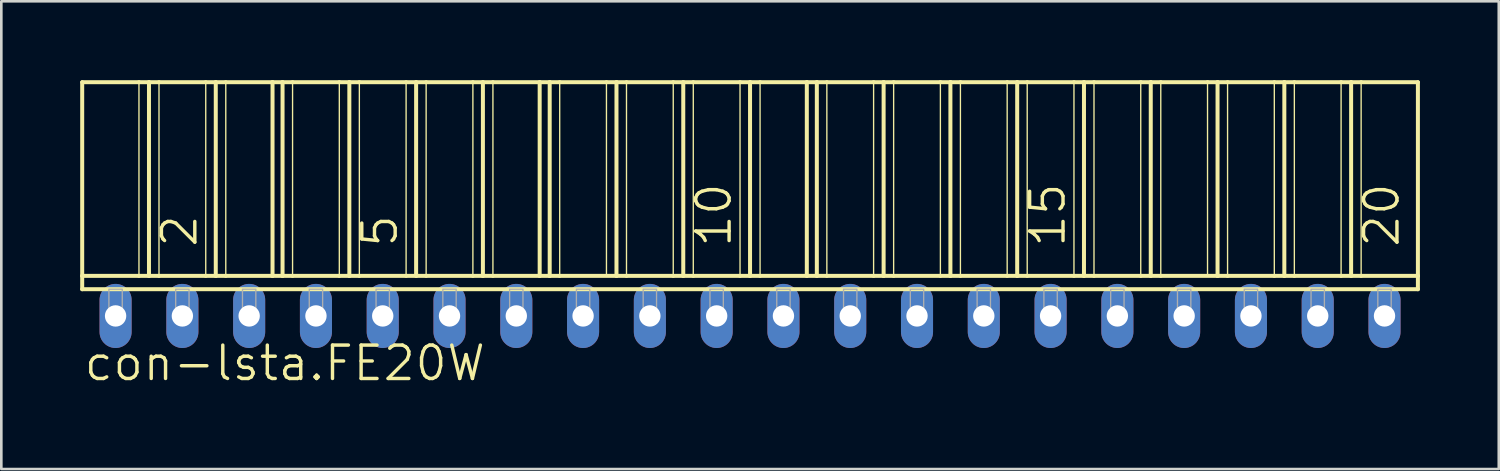
<source format=kicad_pcb>
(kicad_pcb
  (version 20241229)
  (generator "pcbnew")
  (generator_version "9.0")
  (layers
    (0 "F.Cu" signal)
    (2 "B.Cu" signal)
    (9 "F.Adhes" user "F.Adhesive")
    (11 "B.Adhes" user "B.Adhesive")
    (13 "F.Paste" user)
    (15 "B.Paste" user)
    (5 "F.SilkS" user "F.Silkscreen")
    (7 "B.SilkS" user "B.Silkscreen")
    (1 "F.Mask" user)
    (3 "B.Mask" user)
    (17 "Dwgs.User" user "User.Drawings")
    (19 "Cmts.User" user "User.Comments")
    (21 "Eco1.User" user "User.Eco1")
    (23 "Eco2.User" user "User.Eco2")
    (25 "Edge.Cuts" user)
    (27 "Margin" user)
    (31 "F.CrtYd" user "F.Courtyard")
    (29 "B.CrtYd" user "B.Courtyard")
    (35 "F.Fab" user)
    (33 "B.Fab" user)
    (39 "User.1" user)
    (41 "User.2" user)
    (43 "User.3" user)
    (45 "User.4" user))
  (footprint "con-lsta.FE20W"
    (layer "F.Cu")
    (at 25.476 8.966)
    (property "Reference" "con-lsta.FE20W" (at -25.4 2.54 0) (layer "F.SilkS") (effects (font (size 1.27 1.27) (thickness 0.13)) (justify left bottom)))
    (attr through_hole)
    (fp_line (start -25.4 -8.89) (end -23.241 -8.89) (stroke (width 0.152) (type default)) (layer "F.SilkS"))
    (fp_line (start -25.4 -1.524) (end -25.4 -8.89) (stroke (width 0.152) (type default)) (layer "F.SilkS"))
    (fp_line (start -25.4 -1.524) (end -23.241 -1.524) (stroke (width 0.152) (type default)) (layer "F.SilkS"))
    (fp_line (start -25.4 -1.016) (end -25.4 -1.524) (stroke (width 0.152) (type default)) (layer "F.SilkS"))
    (fp_line (start -25.4 -1.016) (end 25.4 -1.016) (stroke (width 0.152) (type default)) (layer "F.SilkS"))
    (fp_line (start -23.241 -8.89) (end -23.241 -1.524) (stroke (width 0.051) (type default)) (layer "F.SilkS"))
    (fp_line (start -23.241 -8.89) (end -22.86 -8.89) (stroke (width 0.152) (type default)) (layer "F.SilkS"))
    (fp_line (start -23.241 -1.524) (end -22.86 -1.524) (stroke (width 0.152) (type default)) (layer "F.SilkS"))
    (fp_line (start -22.86 -8.89) (end -22.86 -1.524) (stroke (width 0.152) (type default)) (layer "F.SilkS"))
    (fp_line (start -22.86 -8.89) (end -22.479 -8.89) (stroke (width 0.152) (type default)) (layer "F.SilkS"))
    (fp_line (start -22.86 -1.524) (end -22.479 -1.524) (stroke (width 0.152) (type default)) (layer "F.SilkS"))
    (fp_line (start -22.479 -8.89) (end -22.479 -1.524) (stroke (width 0.051) (type default)) (layer "F.SilkS"))
    (fp_line (start -22.479 -8.89) (end -20.701 -8.89) (stroke (width 0.152) (type default)) (layer "F.SilkS"))
    (fp_line (start -22.479 -1.524) (end -20.701 -1.524) (stroke (width 0.152) (type default)) (layer "F.SilkS"))
    (fp_line (start -20.701 -8.89) (end -20.701 -1.524) (stroke (width 0.051) (type default)) (layer "F.SilkS"))
    (fp_line (start -20.701 -8.89) (end -20.32 -8.89) (stroke (width 0.152) (type default)) (layer "F.SilkS"))
    (fp_line (start -20.701 -1.524) (end -20.32 -1.524) (stroke (width 0.152) (type default)) (layer "F.SilkS"))
    (fp_line (start -20.32 -8.89) (end -20.32 -1.524) (stroke (width 0.152) (type default)) (layer "F.SilkS"))
    (fp_line (start -20.32 -8.89) (end -19.939 -8.89) (stroke (width 0.152) (type default)) (layer "F.SilkS"))
    (fp_line (start -20.32 -1.524) (end -19.939 -1.524) (stroke (width 0.152) (type default)) (layer "F.SilkS"))
    (fp_line (start -19.939 -8.89) (end -19.939 -1.524) (stroke (width 0.051) (type default)) (layer "F.SilkS"))
    (fp_line (start -19.939 -8.89) (end -18.161 -8.89) (stroke (width 0.152) (type default)) (layer "F.SilkS"))
    (fp_line (start -19.939 -1.524) (end -18.161 -1.524) (stroke (width 0.152) (type default)) (layer "F.SilkS"))
    (fp_line (start -18.161 -8.89) (end -18.161 -1.524) (stroke (width 0.152) (type default)) (layer "F.SilkS"))
    (fp_line (start -18.161 -8.89) (end -17.78 -8.89) (stroke (width 0.152) (type default)) (layer "F.SilkS"))
    (fp_line (start -18.161 -1.524) (end -17.78 -1.524) (stroke (width 0.152) (type default)) (layer "F.SilkS"))
    (fp_line (start -17.78 -8.89) (end -17.78 -1.524) (stroke (width 0.152) (type default)) (layer "F.SilkS"))
    (fp_line (start -17.78 -8.89) (end -17.399 -8.89) (stroke (width 0.152) (type default)) (layer "F.SilkS"))
    (fp_line (start -17.78 -1.524) (end -17.399 -1.524) (stroke (width 0.152) (type default)) (layer "F.SilkS"))
    (fp_line (start -17.399 -8.89) (end -17.399 -1.524) (stroke (width 0.051) (type default)) (layer "F.SilkS"))
    (fp_line (start -17.399 -8.89) (end -15.621 -8.89) (stroke (width 0.152) (type default)) (layer "F.SilkS"))
    (fp_line (start -17.399 -1.524) (end -15.621 -1.524) (stroke (width 0.152) (type default)) (layer "F.SilkS"))
    (fp_line (start -15.621 -8.89) (end -15.621 -1.524) (stroke (width 0.051) (type default)) (layer "F.SilkS"))
    (fp_line (start -15.621 -8.89) (end -15.24 -8.89) (stroke (width 0.152) (type default)) (layer "F.SilkS"))
    (fp_line (start -15.621 -1.524) (end -15.24 -1.524) (stroke (width 0.152) (type default)) (layer "F.SilkS"))
    (fp_line (start -15.24 -8.89) (end -15.24 -1.524) (stroke (width 0.152) (type default)) (layer "F.SilkS"))
    (fp_line (start -15.24 -8.89) (end -14.859 -8.89) (stroke (width 0.152) (type default)) (layer "F.SilkS"))
    (fp_line (start -15.24 -1.524) (end -14.859 -1.524) (stroke (width 0.152) (type default)) (layer "F.SilkS"))
    (fp_line (start -14.859 -8.89) (end -14.859 -1.524) (stroke (width 0.051) (type default)) (layer "F.SilkS"))
    (fp_line (start -14.859 -8.89) (end -13.081 -8.89) (stroke (width 0.152) (type default)) (layer "F.SilkS"))
    (fp_line (start -14.859 -1.524) (end -13.081 -1.524) (stroke (width 0.152) (type default)) (layer "F.SilkS"))
    (fp_line (start -13.081 -8.89) (end -13.081 -1.524) (stroke (width 0.051) (type default)) (layer "F.SilkS"))
    (fp_line (start -13.081 -8.89) (end -12.7 -8.89) (stroke (width 0.152) (type default)) (layer "F.SilkS"))
    (fp_line (start -13.081 -1.524) (end -12.7 -1.524) (stroke (width 0.152) (type default)) (layer "F.SilkS"))
    (fp_line (start -12.7 -8.89) (end -12.7 -1.524) (stroke (width 0.152) (type default)) (layer "F.SilkS"))
    (fp_line (start -12.7 -8.89) (end -12.319 -8.89) (stroke (width 0.152) (type default)) (layer "F.SilkS"))
    (fp_line (start -12.7 -1.524) (end -12.319 -1.524) (stroke (width 0.152) (type default)) (layer "F.SilkS"))
    (fp_line (start -12.319 -8.89) (end -12.319 -1.524) (stroke (width 0.051) (type default)) (layer "F.SilkS"))
    (fp_line (start -12.319 -8.89) (end -10.541 -8.89) (stroke (width 0.152) (type default)) (layer "F.SilkS"))
    (fp_line (start -12.319 -1.524) (end -10.541 -1.524) (stroke (width 0.152) (type default)) (layer "F.SilkS"))
    (fp_line (start -10.541 -8.89) (end -10.541 -1.524) (stroke (width 0.051) (type default)) (layer "F.SilkS"))
    (fp_line (start -10.541 -8.89) (end -10.16 -8.89) (stroke (width 0.152) (type default)) (layer "F.SilkS"))
    (fp_line (start -10.541 -1.524) (end -10.16 -1.524) (stroke (width 0.152) (type default)) (layer "F.SilkS"))
    (fp_line (start -10.16 -8.89) (end -10.16 -1.524) (stroke (width 0.152) (type default)) (layer "F.SilkS"))
    (fp_line (start -10.16 -8.89) (end -9.779 -8.89) (stroke (width 0.152) (type default)) (layer "F.SilkS"))
    (fp_line (start -10.16 -1.524) (end -9.779 -1.524) (stroke (width 0.152) (type default)) (layer "F.SilkS"))
    (fp_line (start -9.779 -8.89) (end -9.779 -1.524) (stroke (width 0.051) (type default)) (layer "F.SilkS"))
    (fp_line (start -9.779 -8.89) (end -8.001 -8.89) (stroke (width 0.152) (type default)) (layer "F.SilkS"))
    (fp_line (start -9.779 -1.524) (end -8.001 -1.524) (stroke (width 0.152) (type default)) (layer "F.SilkS"))
    (fp_line (start -8.001 -8.89) (end -8.001 -1.524) (stroke (width 0.152) (type default)) (layer "F.SilkS"))
    (fp_line (start -8.001 -8.89) (end -7.62 -8.89) (stroke (width 0.152) (type default)) (layer "F.SilkS"))
    (fp_line (start -8.001 -1.524) (end -7.62 -1.524) (stroke (width 0.152) (type default)) (layer "F.SilkS"))
    (fp_line (start -7.62 -8.89) (end -7.62 -1.524) (stroke (width 0.152) (type default)) (layer "F.SilkS"))
    (fp_line (start -7.62 -8.89) (end -7.239 -8.89) (stroke (width 0.152) (type default)) (layer "F.SilkS"))
    (fp_line (start -7.62 -1.524) (end -7.239 -1.524) (stroke (width 0.152) (type default)) (layer "F.SilkS"))
    (fp_line (start -7.239 -8.89) (end -7.239 -1.524) (stroke (width 0.051) (type default)) (layer "F.SilkS"))
    (fp_line (start -7.239 -8.89) (end -5.461 -8.89) (stroke (width 0.152) (type default)) (layer "F.SilkS"))
    (fp_line (start -7.239 -1.524) (end -5.08 -1.524) (stroke (width 0.152) (type default)) (layer "F.SilkS"))
    (fp_line (start -5.461 -8.89) (end -5.461 -1.524) (stroke (width 0.051) (type default)) (layer "F.SilkS"))
    (fp_line (start -5.461 -8.89) (end -5.08 -8.89) (stroke (width 0.152) (type default)) (layer "F.SilkS"))
    (fp_line (start -5.08 -8.89) (end -5.08 -1.524) (stroke (width 0.152) (type default)) (layer "F.SilkS"))
    (fp_line (start -5.08 -8.89) (end -4.699 -8.89) (stroke (width 0.152) (type default)) (layer "F.SilkS"))
    (fp_line (start -5.08 -1.524) (end -4.699 -1.524) (stroke (width 0.152) (type default)) (layer "F.SilkS"))
    (fp_line (start -4.699 -8.89) (end -4.699 -1.524) (stroke (width 0.051) (type default)) (layer "F.SilkS"))
    (fp_line (start -4.699 -8.89) (end -2.921 -8.89) (stroke (width 0.152) (type default)) (layer "F.SilkS"))
    (fp_line (start -4.699 -1.524) (end -2.921 -1.524) (stroke (width 0.152) (type default)) (layer "F.SilkS"))
    (fp_line (start -2.921 -8.89) (end -2.921 -1.524) (stroke (width 0.051) (type default)) (layer "F.SilkS"))
    (fp_line (start -2.921 -8.89) (end -2.54 -8.89) (stroke (width 0.152) (type default)) (layer "F.SilkS"))
    (fp_line (start -2.921 -1.524) (end -2.54 -1.524) (stroke (width 0.152) (type default)) (layer "F.SilkS"))
    (fp_line (start -2.54 -8.89) (end -2.159 -8.89) (stroke (width 0.152) (type default)) (layer "F.SilkS"))
    (fp_line (start -2.54 -1.524) (end -2.54 -8.89) (stroke (width 0.152) (type default)) (layer "F.SilkS"))
    (fp_line (start -2.54 -1.524) (end -2.159 -1.524) (stroke (width 0.152) (type default)) (layer "F.SilkS"))
    (fp_line (start -2.159 -8.89) (end -2.159 -1.524) (stroke (width 0.051) (type default)) (layer "F.SilkS"))
    (fp_line (start -2.159 -8.89) (end -0.381 -8.89) (stroke (width 0.152) (type default)) (layer "F.SilkS"))
    (fp_line (start -2.159 -1.524) (end -0.381 -1.524) (stroke (width 0.152) (type default)) (layer "F.SilkS"))
    (fp_line (start -0.381 -8.89) (end -0.381 -1.524) (stroke (width 0.051) (type default)) (layer "F.SilkS"))
    (fp_line (start -0.381 -8.89) (end 0 -8.89) (stroke (width 0.152) (type default)) (layer "F.SilkS"))
    (fp_line (start -0.381 -1.524) (end 0 -1.524) (stroke (width 0.152) (type default)) (layer "F.SilkS"))
    (fp_line (start 0 -8.89) (end 0 -1.524) (stroke (width 0.152) (type default)) (layer "F.SilkS"))
    (fp_line (start 0 -8.89) (end 0.381 -8.89) (stroke (width 0.152) (type default)) (layer "F.SilkS"))
    (fp_line (start 0 -1.524) (end 0.381 -1.524) (stroke (width 0.152) (type default)) (layer "F.SilkS"))
    (fp_line (start 0.381 -8.89) (end 0.381 -1.524) (stroke (width 0.051) (type default)) (layer "F.SilkS"))
    (fp_line (start 0.381 -8.89) (end 2.159 -8.89) (stroke (width 0.152) (type default)) (layer "F.SilkS"))
    (fp_line (start 0.381 -1.524) (end 2.159 -1.524) (stroke (width 0.152) (type default)) (layer "F.SilkS"))
    (fp_line (start 2.159 -8.89) (end 2.159 -1.524) (stroke (width 0.152) (type default)) (layer "F.SilkS"))
    (fp_line (start 2.159 -8.89) (end 2.54 -8.89) (stroke (width 0.152) (type default)) (layer "F.SilkS"))
    (fp_line (start 2.159 -1.524) (end 2.54 -1.524) (stroke (width 0.152) (type default)) (layer "F.SilkS"))
    (fp_line (start 2.54 -8.89) (end 2.54 -1.524) (stroke (width 0.152) (type default)) (layer "F.SilkS"))
    (fp_line (start 2.54 -8.89) (end 2.921 -8.89) (stroke (width 0.152) (type default)) (layer "F.SilkS"))
    (fp_line (start 2.54 -1.524) (end 2.921 -1.524) (stroke (width 0.152) (type default)) (layer "F.SilkS"))
    (fp_line (start 2.921 -8.89) (end 2.921 -1.524) (stroke (width 0.051) (type default)) (layer "F.SilkS"))
    (fp_line (start 2.921 -8.89) (end 4.699 -8.89) (stroke (width 0.152) (type default)) (layer "F.SilkS"))
    (fp_line (start 2.921 -1.524) (end 4.699 -1.524) (stroke (width 0.152) (type default)) (layer "F.SilkS"))
    (fp_line (start 4.699 -8.89) (end 4.699 -1.524) (stroke (width 0.051) (type default)) (layer "F.SilkS"))
    (fp_line (start 4.699 -8.89) (end 5.08 -8.89) (stroke (width 0.152) (type default)) (layer "F.SilkS"))
    (fp_line (start 4.699 -1.524) (end 5.08 -1.524) (stroke (width 0.152) (type default)) (layer "F.SilkS"))
    (fp_line (start 5.08 -8.89) (end 5.08 -1.524) (stroke (width 0.152) (type default)) (layer "F.SilkS"))
    (fp_line (start 5.08 -8.89) (end 5.461 -8.89) (stroke (width 0.152) (type default)) (layer "F.SilkS"))
    (fp_line (start 5.08 -1.524) (end 5.461 -1.524) (stroke (width 0.152) (type default)) (layer "F.SilkS"))
    (fp_line (start 5.461 -8.89) (end 5.461 -1.524) (stroke (width 0.051) (type default)) (layer "F.SilkS"))
    (fp_line (start 5.461 -8.89) (end 7.239 -8.89) (stroke (width 0.152) (type default)) (layer "F.SilkS"))
    (fp_line (start 5.461 -1.524) (end 7.239 -1.524) (stroke (width 0.152) (type default)) (layer "F.SilkS"))
    (fp_line (start 7.239 -8.89) (end 7.239 -1.524) (stroke (width 0.051) (type default)) (layer "F.SilkS"))
    (fp_line (start 7.239 -8.89) (end 7.62 -8.89) (stroke (width 0.152) (type default)) (layer "F.SilkS"))
    (fp_line (start 7.239 -1.524) (end 7.62 -1.524) (stroke (width 0.152) (type default)) (layer "F.SilkS"))
    (fp_line (start 7.62 -8.89) (end 7.62 -1.524) (stroke (width 0.152) (type default)) (layer "F.SilkS"))
    (fp_line (start 7.62 -8.89) (end 8.001 -8.89) (stroke (width 0.152) (type default)) (layer "F.SilkS"))
    (fp_line (start 7.62 -1.524) (end 8.001 -1.524) (stroke (width 0.152) (type default)) (layer "F.SilkS"))
    (fp_line (start 8.001 -8.89) (end 8.001 -1.524) (stroke (width 0.051) (type default)) (layer "F.SilkS"))
    (fp_line (start 8.001 -8.89) (end 9.779 -8.89) (stroke (width 0.152) (type default)) (layer "F.SilkS"))
    (fp_line (start 8.001 -1.524) (end 9.779 -1.524) (stroke (width 0.152) (type default)) (layer "F.SilkS"))
    (fp_line (start 9.779 -8.89) (end 9.779 -1.524) (stroke (width 0.051) (type default)) (layer "F.SilkS"))
    (fp_line (start 9.779 -8.89) (end 10.16 -8.89) (stroke (width 0.152) (type default)) (layer "F.SilkS"))
    (fp_line (start 9.779 -1.524) (end 10.16 -1.524) (stroke (width 0.152) (type default)) (layer "F.SilkS"))
    (fp_line (start 10.16 -8.89) (end 10.16 -1.524) (stroke (width 0.152) (type default)) (layer "F.SilkS"))
    (fp_line (start 10.16 -8.89) (end 10.541 -8.89) (stroke (width 0.152) (type default)) (layer "F.SilkS"))
    (fp_line (start 10.16 -1.524) (end 10.541 -1.524) (stroke (width 0.152) (type default)) (layer "F.SilkS"))
    (fp_line (start 10.541 -8.89) (end 10.541 -1.524) (stroke (width 0.051) (type default)) (layer "F.SilkS"))
    (fp_line (start 10.541 -8.89) (end 12.319 -8.89) (stroke (width 0.152) (type default)) (layer "F.SilkS"))
    (fp_line (start 10.541 -1.524) (end 12.319 -1.524) (stroke (width 0.152) (type default)) (layer "F.SilkS"))
    (fp_line (start 12.319 -8.89) (end 12.319 -1.524) (stroke (width 0.051) (type default)) (layer "F.SilkS"))
    (fp_line (start 12.319 -8.89) (end 12.7 -8.89) (stroke (width 0.152) (type default)) (layer "F.SilkS"))
    (fp_line (start 12.319 -1.524) (end 12.7 -1.524) (stroke (width 0.152) (type default)) (layer "F.SilkS"))
    (fp_line (start 12.7 -8.89) (end 12.7 -1.524) (stroke (width 0.152) (type default)) (layer "F.SilkS"))
    (fp_line (start 12.7 -8.89) (end 13.081 -8.89) (stroke (width 0.152) (type default)) (layer "F.SilkS"))
    (fp_line (start 12.7 -1.524) (end 13.081 -1.524) (stroke (width 0.152) (type default)) (layer "F.SilkS"))
    (fp_line (start 13.081 -8.89) (end 13.081 -1.524) (stroke (width 0.051) (type default)) (layer "F.SilkS"))
    (fp_line (start 13.081 -8.89) (end 14.859 -8.89) (stroke (width 0.152) (type default)) (layer "F.SilkS"))
    (fp_line (start 13.081 -1.524) (end 14.859 -1.524) (stroke (width 0.152) (type default)) (layer "F.SilkS"))
    (fp_line (start 14.859 -8.89) (end 14.859 -1.524) (stroke (width 0.051) (type default)) (layer "F.SilkS"))
    (fp_line (start 14.859 -8.89) (end 15.24 -8.89) (stroke (width 0.152) (type default)) (layer "F.SilkS"))
    (fp_line (start 14.859 -1.524) (end 15.24 -1.524) (stroke (width 0.152) (type default)) (layer "F.SilkS"))
    (fp_line (start 15.24 -8.89) (end 15.24 -1.524) (stroke (width 0.152) (type default)) (layer "F.SilkS"))
    (fp_line (start 15.24 -8.89) (end 15.621 -8.89) (stroke (width 0.152) (type default)) (layer "F.SilkS"))
    (fp_line (start 15.24 -1.524) (end 15.621 -1.524) (stroke (width 0.152) (type default)) (layer "F.SilkS"))
    (fp_line (start 15.621 -8.89) (end 15.621 -1.524) (stroke (width 0.051) (type default)) (layer "F.SilkS"))
    (fp_line (start 15.621 -8.89) (end 17.399 -8.89) (stroke (width 0.152) (type default)) (layer "F.SilkS"))
    (fp_line (start 15.621 -1.524) (end 17.78 -1.524) (stroke (width 0.152) (type default)) (layer "F.SilkS"))
    (fp_line (start 17.399 -8.89) (end 17.399 -1.524) (stroke (width 0.051) (type default)) (layer "F.SilkS"))
    (fp_line (start 17.399 -8.89) (end 17.78 -8.89) (stroke (width 0.152) (type default)) (layer "F.SilkS"))
    (fp_line (start 17.78 -8.89) (end 17.78 -1.524) (stroke (width 0.152) (type default)) (layer "F.SilkS"))
    (fp_line (start 17.78 -8.89) (end 18.161 -8.89) (stroke (width 0.152) (type default)) (layer "F.SilkS"))
    (fp_line (start 17.78 -1.524) (end 18.161 -1.524) (stroke (width 0.152) (type default)) (layer "F.SilkS"))
    (fp_line (start 18.161 -8.89) (end 18.161 -1.524) (stroke (width 0.051) (type default)) (layer "F.SilkS"))
    (fp_line (start 18.161 -8.89) (end 19.939 -8.89) (stroke (width 0.152) (type default)) (layer "F.SilkS"))
    (fp_line (start 18.161 -1.524) (end 19.939 -1.524) (stroke (width 0.152) (type default)) (layer "F.SilkS"))
    (fp_line (start 19.939 -8.89) (end 19.939 -1.524) (stroke (width 0.051) (type default)) (layer "F.SilkS"))
    (fp_line (start 19.939 -8.89) (end 20.32 -8.89) (stroke (width 0.152) (type default)) (layer "F.SilkS"))
    (fp_line (start 19.939 -1.524) (end 20.32 -1.524) (stroke (width 0.152) (type default)) (layer "F.SilkS"))
    (fp_line (start 20.32 -8.89) (end 20.32 -1.524) (stroke (width 0.152) (type default)) (layer "F.SilkS"))
    (fp_line (start 20.32 -8.89) (end 20.701 -8.89) (stroke (width 0.152) (type default)) (layer "F.SilkS"))
    (fp_line (start 20.32 -1.524) (end 20.701 -1.524) (stroke (width 0.152) (type default)) (layer "F.SilkS"))
    (fp_line (start 20.701 -8.89) (end 20.701 -1.524) (stroke (width 0.051) (type default)) (layer "F.SilkS"))
    (fp_line (start 20.701 -8.89) (end 22.479 -8.89) (stroke (width 0.152) (type default)) (layer "F.SilkS"))
    (fp_line (start 20.701 -1.524) (end 22.479 -1.524) (stroke (width 0.152) (type default)) (layer "F.SilkS"))
    (fp_line (start 22.479 -8.89) (end 22.479 -1.524) (stroke (width 0.051) (type default)) (layer "F.SilkS"))
    (fp_line (start 22.479 -8.89) (end 22.86 -8.89) (stroke (width 0.152) (type default)) (layer "F.SilkS"))
    (fp_line (start 22.479 -1.524) (end 22.86 -1.524) (stroke (width 0.152) (type default)) (layer "F.SilkS"))
    (fp_line (start 22.86 -8.89) (end 22.86 -1.524) (stroke (width 0.152) (type default)) (layer "F.SilkS"))
    (fp_line (start 22.86 -8.89) (end 23.241 -8.89) (stroke (width 0.152) (type default)) (layer "F.SilkS"))
    (fp_line (start 22.86 -1.524) (end 23.241 -1.524) (stroke (width 0.152) (type default)) (layer "F.SilkS"))
    (fp_line (start 23.241 -8.89) (end 23.241 -1.524) (stroke (width 0.051) (type default)) (layer "F.SilkS"))
    (fp_line (start 23.241 -8.89) (end 25.4 -8.89) (stroke (width 0.152) (type default)) (layer "F.SilkS"))
    (fp_line (start 23.241 -1.524) (end 25.4 -1.524) (stroke (width 0.152) (type default)) (layer "F.SilkS"))
    (fp_line (start 25.4 -8.89) (end 25.4 -1.524) (stroke (width 0.152) (type default)) (layer "F.SilkS"))
    (fp_line (start 25.4 -1.524) (end 25.4 -1.016) (stroke (width 0.152) (type default)) (layer "F.SilkS"))
    (fp_rect (start -24.384 0) (end -23.876 -1.016) (stroke (width 0.05) (type default)) (fill no) (layer "F.Fab"))
    (fp_rect (start -21.844 0) (end -21.336 -1.016) (stroke (width 0.05) (type default)) (fill no) (layer "F.Fab"))
    (fp_rect (start -19.304 0) (end -18.796 -1.016) (stroke (width 0.05) (type default)) (fill no) (layer "F.Fab"))
    (fp_rect (start -16.764 0) (end -16.256 -1.016) (stroke (width 0.05) (type default)) (fill no) (layer "F.Fab"))
    (fp_rect (start -14.224 0) (end -13.716 -1.016) (stroke (width 0.05) (type default)) (fill no) (layer "F.Fab"))
    (fp_rect (start -11.684 0) (end -11.176 -1.016) (stroke (width 0.05) (type default)) (fill no) (layer "F.Fab"))
    (fp_rect (start -9.144 0) (end -8.636 -1.016) (stroke (width 0.05) (type default)) (fill no) (layer "F.Fab"))
    (fp_rect (start -6.604 0) (end -6.096 -1.016) (stroke (width 0.05) (type default)) (fill no) (layer "F.Fab"))
    (fp_rect (start -4.064 0) (end -3.556 -1.016) (stroke (width 0.05) (type default)) (fill no) (layer "F.Fab"))
    (fp_rect (start -1.524 0) (end -1.016 -1.016) (stroke (width 0.05) (type default)) (fill no) (layer "F.Fab"))
    (fp_rect (start 1.016 0) (end 1.524 -1.016) (stroke (width 0.05) (type default)) (fill no) (layer "F.Fab"))
    (fp_rect (start 3.556 0) (end 4.064 -1.016) (stroke (width 0.05) (type default)) (fill no) (layer "F.Fab"))
    (fp_rect (start 6.096 0) (end 6.604 -1.016) (stroke (width 0.05) (type default)) (fill no) (layer "F.Fab"))
    (fp_rect (start 8.636 0) (end 9.144 -1.016) (stroke (width 0.05) (type default)) (fill no) (layer "F.Fab"))
    (fp_rect (start 11.176 0) (end 11.684 -1.016) (stroke (width 0.05) (type default)) (fill no) (layer "F.Fab"))
    (fp_rect (start 13.716 0) (end 14.224 -1.016) (stroke (width 0.05) (type default)) (fill no) (layer "F.Fab"))
    (fp_rect (start 16.256 0) (end 16.764 -1.016) (stroke (width 0.05) (type default)) (fill no) (layer "F.Fab"))
    (fp_rect (start 18.796 0) (end 19.304 -1.016) (stroke (width 0.05) (type default)) (fill no) (layer "F.Fab"))
    (fp_rect (start 21.336 0) (end 21.844 -1.016) (stroke (width 0.05) (type default)) (fill no) (layer "F.Fab"))
    (fp_rect (start 23.876 0) (end 24.384 -1.016) (stroke (width 0.05) (type default)) (fill no) (layer "F.Fab"))
    (fp_text user "10" (at -0.635 -2.54 90) (layer "F.SilkS") (effects (font (size 1.27 1.27) (thickness 0.13)) (justify left bottom)))
    (fp_text user "5" (at -13.335 -2.54 90) (layer "F.SilkS") (effects (font (size 1.27 1.27) (thickness 0.13)) (justify left bottom)))
    (fp_text user "20" (at 24.765 -2.54 90) (layer "F.SilkS") (effects (font (size 1.27 1.27) (thickness 0.13)) (justify left bottom)))
    (fp_text user "2" (at -20.955 -2.54 90) (layer "F.SilkS") (effects (font (size 1.27 1.27) (thickness 0.13)) (justify left bottom)))
    (fp_text user "15" (at 12.065 -2.54 90) (layer "F.SilkS") (effects (font (size 1.27 1.27) (thickness 0.13)) (justify left bottom)))
    (pad "1" thru_hole oval (at -24.13 0 90) (size 2.438 1.219) (drill 0.813) (layers "*.Cu" "*.Mask"))
    (pad "2" thru_hole oval (at -21.59 0 90) (size 2.438 1.219) (drill 0.813) (layers "*.Cu" "*.Mask"))
    (pad "3" thru_hole oval (at -19.05 0 90) (size 2.438 1.219) (drill 0.813) (layers "*.Cu" "*.Mask"))
    (pad "4" thru_hole oval (at -16.51 0 90) (size 2.438 1.219) (drill 0.813) (layers "*.Cu" "*.Mask"))
    (pad "5" thru_hole oval (at -13.97 0 90) (size 2.438 1.219) (drill 0.813) (layers "*.Cu" "*.Mask"))
    (pad "6" thru_hole oval (at -11.43 0 90) (size 2.438 1.219) (drill 0.813) (layers "*.Cu" "*.Mask"))
    (pad "7" thru_hole oval (at -8.89 0 90) (size 2.438 1.219) (drill 0.813) (layers "*.Cu" "*.Mask"))
    (pad "8" thru_hole oval (at -6.35 0 90) (size 2.438 1.219) (drill 0.813) (layers "*.Cu" "*.Mask"))
    (pad "9" thru_hole oval (at -3.81 0 90) (size 2.438 1.219) (drill 0.813) (layers "*.Cu" "*.Mask"))
    (pad "10" thru_hole oval (at -1.27 0 90) (size 2.438 1.219) (drill 0.813) (layers "*.Cu" "*.Mask"))
    (pad "11" thru_hole oval (at 1.27 0 90) (size 2.438 1.219) (drill 0.813) (layers "*.Cu" "*.Mask"))
    (pad "12" thru_hole oval (at 3.81 0 90) (size 2.438 1.219) (drill 0.813) (layers "*.Cu" "*.Mask"))
    (pad "13" thru_hole oval (at 6.35 0 90) (size 2.438 1.219) (drill 0.813) (layers "*.Cu" "*.Mask"))
    (pad "14" thru_hole oval (at 8.89 0 90) (size 2.438 1.219) (drill 0.813) (layers "*.Cu" "*.Mask"))
    (pad "15" thru_hole oval (at 11.43 0 90) (size 2.438 1.219) (drill 0.813) (layers "*.Cu" "*.Mask"))
    (pad "16" thru_hole oval (at 13.97 0 90) (size 2.438 1.219) (drill 0.813) (layers "*.Cu" "*.Mask"))
    (pad "17" thru_hole oval (at 16.51 0 90) (size 2.438 1.219) (drill 0.813) (layers "*.Cu" "*.Mask"))
    (pad "18" thru_hole oval (at 19.05 0 90) (size 2.438 1.219) (drill 0.813) (layers "*.Cu" "*.Mask"))
    (pad "19" thru_hole oval (at 21.59 0 90) (size 2.438 1.219) (drill 0.813) (layers "*.Cu" "*.Mask"))
    (pad "20" thru_hole oval (at 24.13 0 90) (size 2.438 1.219) (drill 0.813) (layers "*.Cu" "*.Mask")))
  (gr_rect
    (start -3 -3)
    (end 53.952 14.788)
    (stroke (width 0.1) (type default))
    (fill no)
    (layer "Edge.Cuts")))
</source>
